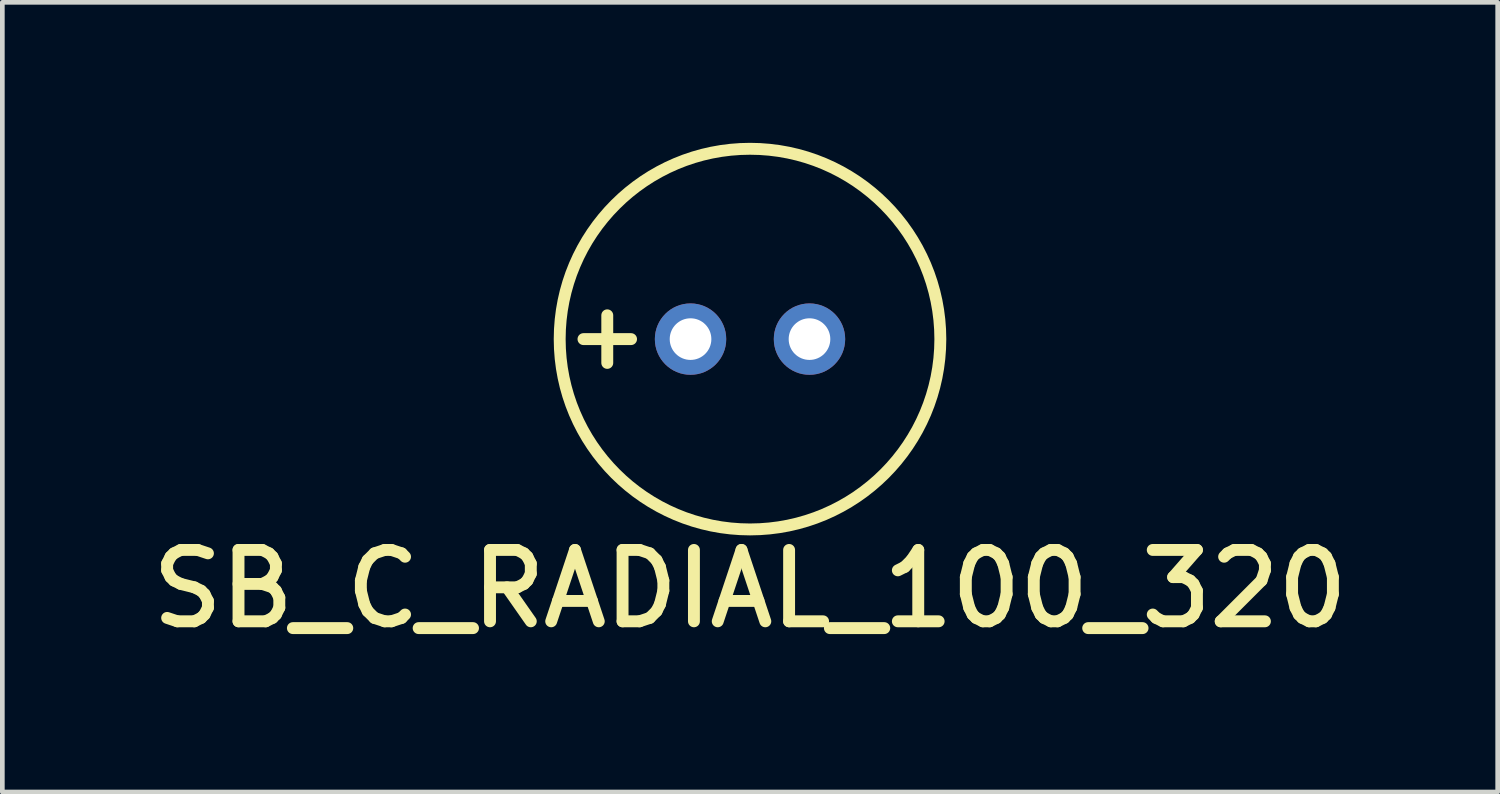
<source format=kicad_pcb>
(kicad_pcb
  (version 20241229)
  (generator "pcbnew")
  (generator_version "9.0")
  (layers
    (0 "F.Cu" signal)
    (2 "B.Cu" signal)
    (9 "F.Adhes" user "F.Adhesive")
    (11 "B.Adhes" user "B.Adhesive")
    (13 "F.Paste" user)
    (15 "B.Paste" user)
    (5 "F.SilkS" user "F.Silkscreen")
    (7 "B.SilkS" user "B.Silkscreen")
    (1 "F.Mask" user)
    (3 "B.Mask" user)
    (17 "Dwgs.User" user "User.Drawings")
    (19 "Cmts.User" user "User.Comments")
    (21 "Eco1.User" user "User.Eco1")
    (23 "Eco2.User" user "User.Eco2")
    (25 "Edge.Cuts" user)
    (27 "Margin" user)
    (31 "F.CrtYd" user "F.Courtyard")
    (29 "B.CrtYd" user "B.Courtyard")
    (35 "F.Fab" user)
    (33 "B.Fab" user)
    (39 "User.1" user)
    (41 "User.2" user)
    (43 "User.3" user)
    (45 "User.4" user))
  (footprint "SB_C_RADIAL_100_320"
    (layer "F.Cu")
    (at 11.695 4.191)
    (property "Reference" "SB_C_RADIAL_100_320" (at 1.27 5.334 0) (layer "F.SilkS") (effects (font (size 1.524 1.524) (thickness 0.254))))
    (attr through_hole)
    (fp_line (start -2.286 0) (end -1.27 0) (stroke (width 0.254) (type solid)) (layer "F.SilkS"))
    (fp_line (start -1.778 -0.508) (end -1.778 0.508) (stroke (width 0.254) (type solid)) (layer "F.SilkS"))
    (fp_circle (center 1.27 0) (end 5.334 0) (stroke (width 0.254) (type solid)) (fill no) (layer "F.SilkS"))
    (pad "1" thru_hole circle (at 0 0 270) (size 1.524 1.524) (drill 0.889) (layers "*.Cu" "*.Mask"))
    (pad "2" thru_hole circle (at 2.54 0 270) (size 1.524 1.524) (drill 0.889) (layers "*.Cu" "*.Mask")))
  (gr_rect
    (start -3 -3)
    (end 28.93 13.862)
    (stroke (width 0.1) (type default))
    (fill no)
    (layer "Edge.Cuts")))
</source>
